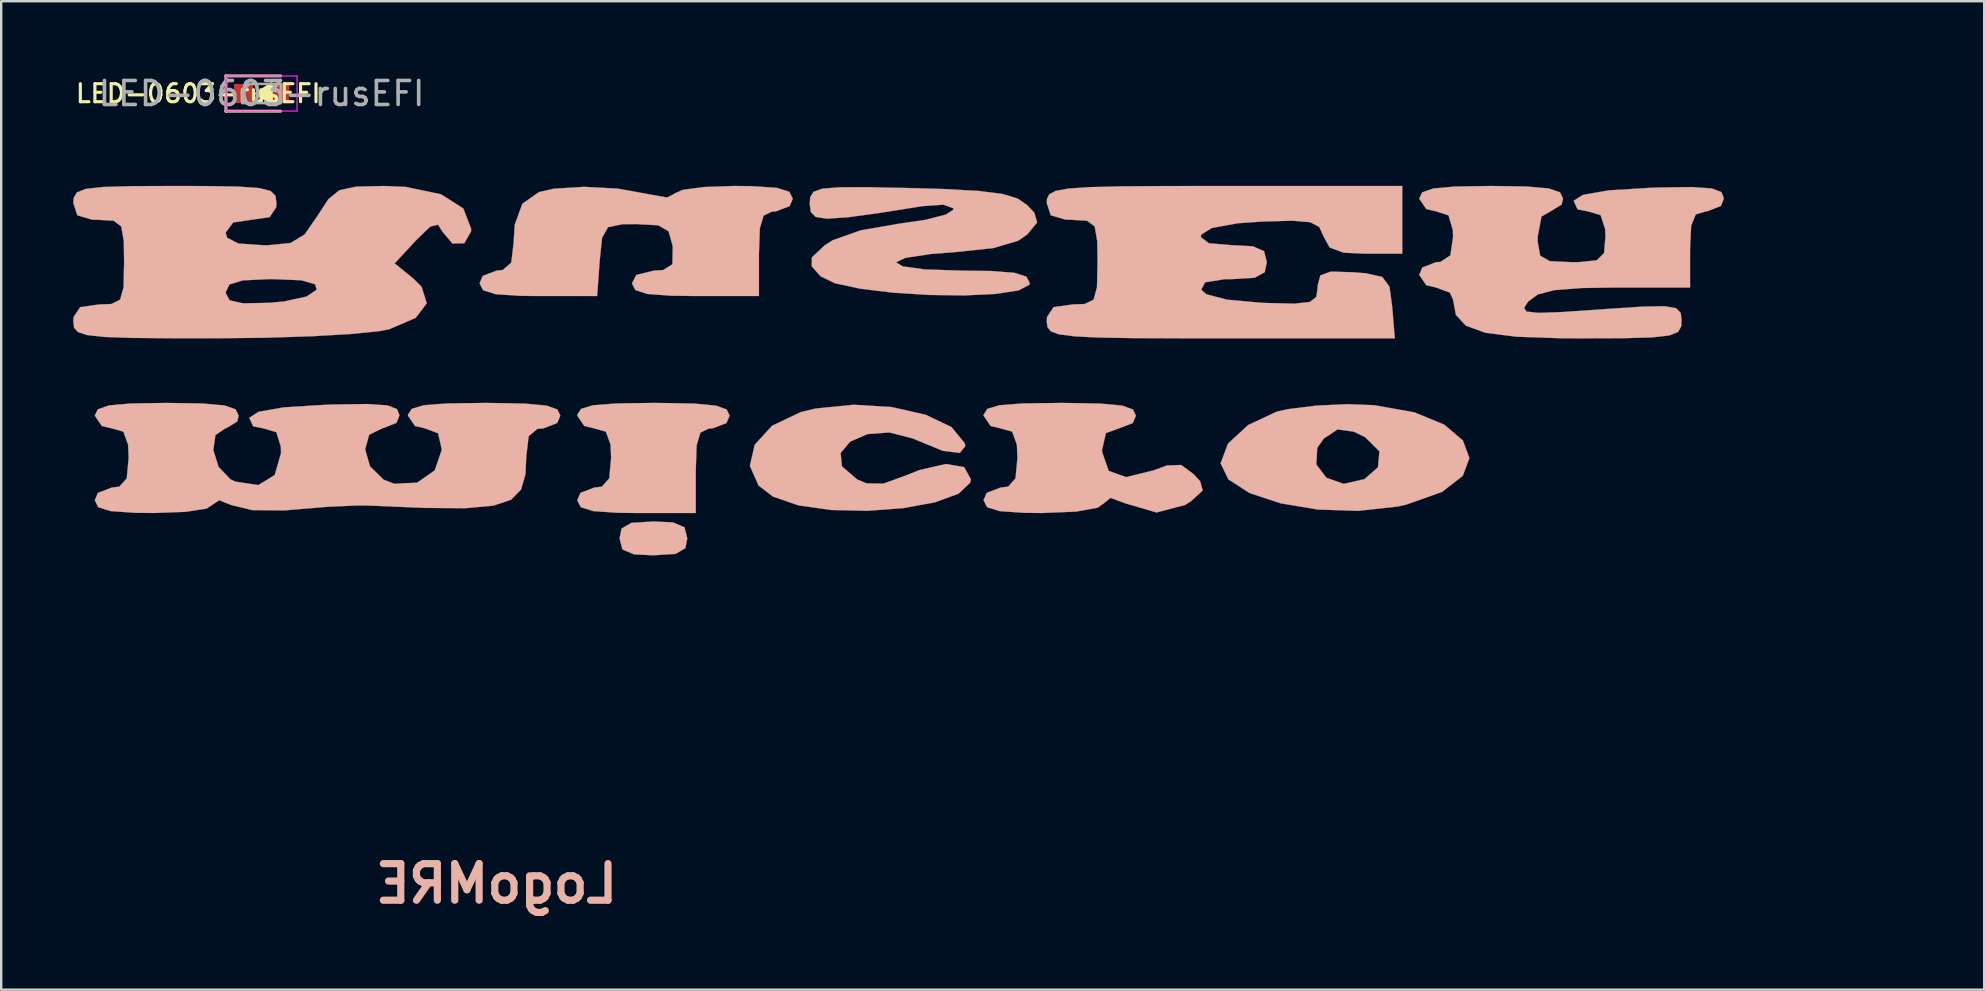
<source format=kicad_pcb>
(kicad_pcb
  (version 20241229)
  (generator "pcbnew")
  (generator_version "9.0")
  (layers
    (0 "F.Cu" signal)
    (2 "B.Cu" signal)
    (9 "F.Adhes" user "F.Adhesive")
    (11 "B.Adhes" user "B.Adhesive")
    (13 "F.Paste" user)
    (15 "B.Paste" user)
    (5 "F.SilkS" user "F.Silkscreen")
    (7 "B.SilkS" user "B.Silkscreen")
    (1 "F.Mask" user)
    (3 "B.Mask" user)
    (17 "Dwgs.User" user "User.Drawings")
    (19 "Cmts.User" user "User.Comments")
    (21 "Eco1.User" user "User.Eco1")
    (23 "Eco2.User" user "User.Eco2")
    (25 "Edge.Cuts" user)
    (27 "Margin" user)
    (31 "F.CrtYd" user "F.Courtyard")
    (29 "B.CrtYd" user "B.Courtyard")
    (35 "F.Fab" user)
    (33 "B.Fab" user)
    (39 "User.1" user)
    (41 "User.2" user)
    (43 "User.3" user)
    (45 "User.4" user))
  (footprint "LED-0603-rusEFI"
    (layer "F.Cu")
    (at 7.851 0.848)
    (property "Reference" "LED-0603-rusEFI" (at -2.642 0 0) (layer "F.SilkS") (effects (font (size 0.75 0.75) (thickness 0.13))))
    (attr smd)
    (fp_line (start -1.485 -0.735) (end -1.485 0.735) (stroke (width 0.12) (type solid)) (layer "F.SilkS"))
    (fp_line (start -1.485 0.735) (end 0.8 0.735) (stroke (width 0.12) (type solid)) (layer "F.SilkS"))
    (fp_line (start -0.2 0) (end 0.4 -0.4) (stroke (width 0.12) (type solid)) (layer "F.SilkS"))
    (fp_line (start -0.2 0) (end 0.4 0.4) (stroke (width 0.12) (type solid)) (layer "F.SilkS"))
    (fp_line (start -0.1 0) (end 0.4 0.3) (stroke (width 0.12) (type solid)) (layer "F.SilkS"))
    (fp_line (start 0 0) (end 0.4 -0.2) (stroke (width 0.12) (type solid)) (layer "F.SilkS"))
    (fp_line (start 0.1 0) (end 0.3 -0.1) (stroke (width 0.12) (type solid)) (layer "F.SilkS"))
    (fp_line (start 0.3 -0.1) (end 0.2 0.1) (stroke (width 0.12) (type solid)) (layer "F.SilkS"))
    (fp_line (start 0.3 0.2) (end 0.1 0) (stroke (width 0.12) (type solid)) (layer "F.SilkS"))
    (fp_line (start 0.4 -0.4) (end 0.4 0.4) (stroke (width 0.12) (type solid)) (layer "F.SilkS"))
    (fp_line (start 0.4 -0.3) (end 0 0) (stroke (width 0.12) (type solid)) (layer "F.SilkS"))
    (fp_line (start 0.4 -0.2) (end 0.3 0.2) (stroke (width 0.12) (type solid)) (layer "F.SilkS"))
    (fp_line (start 0.4 0.3) (end 0.4 -0.3) (stroke (width 0.12) (type solid)) (layer "F.SilkS"))
    (fp_line (start 0.4 0.4) (end -0.1 0) (stroke (width 0.12) (type solid)) (layer "F.SilkS"))
    (fp_line (start 0.8 -0.735) (end -1.485 -0.735) (stroke (width 0.12) (type solid)) (layer "F.SilkS"))
    (fp_line (start -1.48 -0.73) (end 1.48 -0.73) (stroke (width 0.05) (type solid)) (layer "F.CrtYd"))
    (fp_line (start -1.48 0.73) (end -1.48 -0.73) (stroke (width 0.05) (type solid)) (layer "F.CrtYd"))
    (fp_line (start 1.48 -0.73) (end 1.48 0.73) (stroke (width 0.05) (type solid)) (layer "F.CrtYd"))
    (fp_line (start 1.48 0.73) (end -1.48 0.73) (stroke (width 0.05) (type solid)) (layer "F.CrtYd"))
    (fp_line (start -0.8 -0.1) (end -0.8 0.4) (stroke (width 0.1) (type solid)) (layer "F.Fab"))
    (fp_line (start -0.8 0.4) (end 0.8 0.4) (stroke (width 0.1) (type solid)) (layer "F.Fab"))
    (fp_line (start -0.5 -0.4) (end -0.8 -0.1) (stroke (width 0.1) (type solid)) (layer "F.Fab"))
    (fp_line (start 0.8 -0.4) (end -0.5 -0.4) (stroke (width 0.1) (type solid)) (layer "F.Fab"))
    (fp_line (start 0.8 0.4) (end 0.8 -0.4) (stroke (width 0.1) (type solid)) (layer "F.Fab"))
    (fp_text user "${REFERENCE}" (at 0 0 0) (layer "F.Fab") (effects (font (size 1 1) (thickness 0.15))))
    (pad "1" smd rect (at -0.75 0) (size 0.8 0.8) (layers "F.Cu" "F.Mask" "F.Paste"))
    (pad "2" smd rect (at 0.75 0) (size 0.8 0.8) (layers "F.Cu" "F.Mask" "F.Paste")))
  (footprint "LogoMRE"
    (layer "F.Cu")
    (at 76.394 11.274)
    (property "Reference" "LogoMRE" (at -58.75 22.504 0) (layer "B.SilkS") (effects (font (size 1.524 1.524) (thickness 0.3)) (justify mirror)))
    (attr through_hole)
    (fp_poly (pts (xy -51.288 8.76) (xy -50.88 8.521) (xy -50.8 8.114) (xy -50.918 7.652) (xy -51.397 7.448) (xy -52.211 7.408) (xy -53.134 7.468) (xy -53.542 7.707) (xy -53.622 8.114) (xy -53.504 8.575) (xy -53.026 8.779) (xy -52.211 8.819) (xy -51.288 8.76)) (stroke (width 0.01) (type solid)) (fill yes) (layer "B.SilkS"))
    (fp_poly (pts (xy -50.447 5.292) (xy -50.41 4.234) (xy -50.252 3.706) (xy -49.905 3.535) (xy -49.742 3.528) (xy -49.167 3.307) (xy -49.036 2.999) (xy -49.16 2.74) (xy -49.611 2.58) (xy -50.511 2.496) (xy -51.98 2.47) (xy -52.211 2.469) (xy -53.76 2.49) (xy -54.725 2.565) (xy -55.226 2.715) (xy -55.384 2.96) (xy -55.386 2.999) (xy -55.092 3.43) (xy -54.681 3.528) (xy -54.194 3.666) (xy -53.998 4.205) (xy -53.975 4.763) (xy -54.054 5.613) (xy -54.362 5.957) (xy -54.681 5.997) (xy -55.255 6.218) (xy -55.386 6.526) (xy -55.241 6.814) (xy -54.719 6.978) (xy -53.69 7.048) (xy -52.917 7.056) (xy -50.447 7.056) (xy -50.447 5.292)) (stroke (width 0.01) (type solid)) (fill yes) (layer "B.SilkS"))
    (fp_poly (pts (xy -21.194 6.786) (xy -20.846 6.71) (xy -19.347 6.178) (xy -18.48 5.507) (xy -18.204 4.768) (xy -18.476 4.033) (xy -19.256 3.373) (xy -20.501 2.859) (xy -22.171 2.564) (xy -23.283 2.52) (xy -24.589 2.581) (xy -25.765 2.727) (xy -26.232 2.832) (xy -27.427 3.389) (xy -28.266 4.165) (xy -28.575 4.985) (xy -28.551 5.034) (xy -24.584 5.034) (xy -24.546 4.34) (xy -24.271 3.951) (xy -23.698 3.572) (xy -23.027 3.666) (xy -22.555 3.893) (xy -21.955 4.484) (xy -22.015 5.15) (xy -22.578 5.644) (xy -23.445 5.842) (xy -24.165 5.587) (xy -24.584 5.034) (xy -28.551 5.034) (xy -28.248 5.657) (xy -27.366 6.224) (xy -26.073 6.653) (xy -24.517 6.912) (xy -22.842 6.967) (xy -21.194 6.786)) (stroke (width 0.01) (type solid)) (fill yes) (layer "B.SilkS"))
    (fp_poly (pts (xy -41.8 6.853) (xy -40.48 6.611) (xy -39.496 6.252) (xy -39.008 5.791) (xy -38.982 5.648) (xy -39.263 5.143) (xy -40.022 5.014) (xy -41.136 5.269) (xy -41.629 5.469) (xy -42.625 5.831) (xy -43.334 5.82) (xy -43.724 5.655) (xy -44.355 5.11) (xy -44.41 4.558) (xy -44.015 4.083) (xy -43.295 3.769) (xy -42.373 3.699) (xy -41.374 3.957) (xy -41.27 4.006) (xy -40.156 4.464) (xy -39.442 4.553) (xy -39.213 4.266) (xy -39.238 4.145) (xy -39.788 3.476) (xy -40.858 2.964) (xy -42.275 2.642) (xy -43.865 2.544) (xy -45.454 2.702) (xy -46.066 2.849) (xy -47.266 3.419) (xy -47.99 4.212) (xy -48.193 5.09) (xy -47.83 5.912) (xy -47.23 6.372) (xy -46.171 6.738) (xy -44.805 6.931) (xy -43.295 6.964) (xy -41.8 6.853)) (stroke (width 0.01) (type solid)) (fill yes) (layer "B.SilkS"))
    (fp_poly (pts (xy -34.594 6.998) (xy -33.702 6.836) (xy -33.438 6.652) (xy -33.163 6.425) (xy -32.55 6.652) (xy -31.243 7.034) (xy -30.048 6.719) (xy -29.789 6.548) (xy -29.322 6.119) (xy -29.421 5.738) (xy -29.698 5.437) (xy -30.216 5.054) (xy -30.813 5.076) (xy -31.368 5.279) (xy -32.511 5.561) (xy -33.236 5.302) (xy -33.512 4.514) (xy -33.514 4.421) (xy -33.353 3.724) (xy -32.808 3.528) (xy -32.234 3.307) (xy -32.103 2.999) (xy -32.227 2.74) (xy -32.678 2.58) (xy -33.578 2.496) (xy -35.047 2.47) (xy -35.278 2.469) (xy -36.827 2.49) (xy -37.792 2.565) (xy -38.293 2.715) (xy -38.451 2.96) (xy -38.453 2.999) (xy -38.159 3.43) (xy -37.747 3.528) (xy -37.261 3.666) (xy -37.065 4.205) (xy -37.042 4.763) (xy -37.121 5.613) (xy -37.429 5.957) (xy -37.747 5.997) (xy -38.322 6.218) (xy -38.453 6.526) (xy -38.306 6.815) (xy -37.78 6.98) (xy -36.744 7.049) (xy -36.013 7.056) (xy -34.594 6.998)) (stroke (width 0.01) (type solid)) (fill yes) (layer "B.SilkS"))
    (fp_poly (pts (xy -54.449 -3.486) (xy -54.349 -4.425) (xy -54.1 -4.857) (xy -53.5 -4.979) (xy -52.929 -4.985) (xy -52.012 -4.934) (xy -51.581 -4.686) (xy -51.417 -4.104) (xy -51.407 -4.015) (xy -51.421 -3.312) (xy -51.813 -3.065) (xy -52.2 -3.045) (xy -52.927 -2.865) (xy -53.106 -2.516) (xy -52.967 -2.237) (xy -52.466 -2.073) (xy -51.476 -1.999) (xy -50.46 -1.987) (xy -47.814 -1.987) (xy -47.814 -3.751) (xy -47.777 -4.809) (xy -47.619 -5.336) (xy -47.272 -5.507) (xy -47.109 -5.515) (xy -46.534 -5.735) (xy -46.403 -6.044) (xy -46.548 -6.331) (xy -47.07 -6.496) (xy -48.099 -6.565) (xy -48.872 -6.573) (xy -50.09 -6.53) (xy -50.971 -6.417) (xy -51.34 -6.258) (xy -51.342 -6.245) (xy -51.642 -6.093) (xy -52.458 -6.237) (xy -52.486 -6.245) (xy -53.698 -6.463) (xy -55.098 -6.537) (xy -56.362 -6.46) (xy -56.986 -6.316) (xy -57.674 -5.833) (xy -57.992 -4.958) (xy -58.039 -4.192) (xy -58.137 -3.378) (xy -58.496 -3.069) (xy -58.75 -3.045) (xy -59.325 -2.825) (xy -59.456 -2.516) (xy -59.31 -2.227) (xy -58.785 -2.063) (xy -57.751 -1.994) (xy -57.007 -1.987) (xy -54.557 -1.987) (xy -54.449 -3.486)) (stroke (width 0.01) (type solid)) (fill yes) (layer "B.SilkS"))
    (fp_poly (pts (xy -37.955 -2.073) (xy -36.998 -2.22) (xy -36.542 -2.458) (xy -36.525 -2.523) (xy -36.664 -2.792) (xy -37.162 -2.953) (xy -38.143 -3.03) (xy -39.347 -3.045) (xy -40.902 -3.095) (xy -41.825 -3.222) (xy -42.1 -3.394) (xy -41.713 -3.577) (xy -40.649 -3.739) (xy -39.701 -3.811) (xy -38.053 -3.983) (xy -37.007 -4.293) (xy -36.627 -4.556) (xy -36.219 -5.055) (xy -36.336 -5.456) (xy -36.634 -5.775) (xy -37.03 -6.049) (xy -37.658 -6.239) (xy -38.647 -6.366) (xy -40.126 -6.447) (xy -41.473 -6.486) (xy -43.254 -6.522) (xy -44.448 -6.52) (xy -45.172 -6.461) (xy -45.543 -6.328) (xy -45.679 -6.101) (xy -45.697 -5.828) (xy -45.654 -5.489) (xy -45.452 -5.284) (xy -44.981 -5.21) (xy -44.135 -5.265) (xy -42.804 -5.447) (xy -41.023 -5.73) (xy -40.127 -5.793) (xy -39.711 -5.643) (xy -39.7 -5.594) (xy -40.021 -5.382) (xy -40.861 -5.165) (xy -41.988 -4.999) (xy -43.571 -4.725) (xy -44.74 -4.312) (xy -45.075 -4.099) (xy -45.607 -3.6) (xy -45.617 -3.232) (xy -45.252 -2.812) (xy -44.655 -2.522) (xy -43.596 -2.292) (xy -42.236 -2.127) (xy -40.736 -2.032) (xy -39.255 -2.012) (xy -37.955 -2.073)) (stroke (width 0.01) (type solid)) (fill yes) (layer "B.SilkS"))
    (fp_poly (pts (xy -21.423 -1.546) (xy -21.535 -2.379) (xy -21.831 -2.779) (xy -22.52 -2.935) (xy -23.031 -2.977) (xy -23.978 -3.004) (xy -24.415 -2.847) (xy -24.53 -2.428) (xy -24.531 -2.344) (xy -24.585 -1.951) (xy -24.852 -1.74) (xy -25.487 -1.669) (xy -26.646 -1.696) (xy -26.884 -1.706) (xy -28.31 -1.835) (xy -29.168 -2.06) (xy -29.383 -2.251) (xy -29.218 -2.558) (xy -28.425 -2.686) (xy -28.088 -2.692) (xy -27.153 -2.749) (xy -26.735 -2.979) (xy -26.647 -3.398) (xy -26.763 -3.856) (xy -27.233 -4.061) (xy -28.088 -4.104) (xy -29.063 -4.185) (xy -29.397 -4.441) (xy -29.383 -4.544) (xy -28.94 -4.823) (xy -27.872 -5.017) (xy -26.855 -5.09) (xy -25.577 -5.126) (xy -24.834 -5.063) (xy -24.46 -4.863) (xy -24.288 -4.485) (xy -24.285 -4.473) (xy -24.027 -4.007) (xy -23.444 -3.794) (xy -22.549 -3.751) (xy -21.003 -3.751) (xy -21.003 -6.573) (xy -28.411 -6.573) (xy -30.875 -6.57) (xy -32.722 -6.557) (xy -34.04 -6.525) (xy -34.92 -6.465) (xy -35.449 -6.368) (xy -35.716 -6.228) (xy -35.809 -6.034) (xy -35.82 -5.867) (xy -35.653 -5.351) (xy -35.035 -5.169) (xy -34.761 -5.162) (xy -34.135 -5.123) (xy -33.822 -4.886) (xy -33.715 -4.269) (xy -33.703 -3.398) (xy -33.726 -2.354) (xy -33.868 -1.833) (xy -34.239 -1.654) (xy -34.761 -1.634) (xy -35.536 -1.523) (xy -35.809 -1.111) (xy -35.82 -0.929) (xy -35.792 -0.692) (xy -35.651 -0.515) (xy -35.306 -0.389) (xy -34.667 -0.306) (xy -33.646 -0.256) (xy -32.151 -0.232) (xy -30.094 -0.224) (xy -28.566 -0.223) (xy -21.313 -0.223) (xy -21.423 -1.546)) (stroke (width 0.01) (type solid)) (fill yes) (layer "B.SilkS"))
    (fp_poly (pts (xy -11.79 -0.229) (xy -10.598 -0.262) (xy -9.877 -0.342) (xy -9.509 -0.489) (xy -9.377 -0.723) (xy -9.361 -0.95) (xy -9.396 -1.28) (xy -9.587 -1.478) (xy -10.063 -1.561) (xy -10.954 -1.547) (xy -12.39 -1.454) (xy -12.801 -1.424) (xy -14.366 -1.318) (xy -15.337 -1.285) (xy -15.821 -1.338) (xy -15.926 -1.489) (xy -15.761 -1.75) (xy -15.756 -1.756) (xy -15.359 -2.051) (xy -14.669 -2.232) (xy -13.543 -2.32) (xy -12.14 -2.34) (xy -9.009 -2.34) (xy -9.009 -3.927) (xy -8.962 -4.919) (xy -8.771 -5.388) (xy -8.354 -5.514) (xy -8.303 -5.515) (xy -7.723 -5.741) (xy -7.597 -6.058) (xy -7.703 -6.32) (xy -8.105 -6.471) (xy -8.931 -6.528) (xy -10.308 -6.509) (xy -10.656 -6.498) (xy -12.409 -6.39) (xy -13.474 -6.203) (xy -13.86 -5.956) (xy -13.697 -5.599) (xy -13.271 -5.515) (xy -12.737 -5.36) (xy -12.546 -4.771) (xy -12.536 -4.456) (xy -12.592 -3.778) (xy -12.894 -3.476) (xy -13.644 -3.4) (xy -13.947 -3.398) (xy -14.852 -3.44) (xy -15.254 -3.666) (xy -15.356 -4.229) (xy -15.359 -4.456) (xy -15.201 -5.297) (xy -14.829 -5.515) (xy -14.362 -5.797) (xy -14.3 -6.044) (xy -14.428 -6.308) (xy -14.894 -6.47) (xy -15.821 -6.551) (xy -17.299 -6.573) (xy -18.798 -6.55) (xy -19.715 -6.468) (xy -20.174 -6.305) (xy -20.297 -6.044) (xy -20.003 -5.613) (xy -19.592 -5.515) (xy -19.075 -5.348) (xy -18.894 -4.729) (xy -18.886 -4.456) (xy -18.997 -3.682) (xy -19.41 -3.409) (xy -19.592 -3.398) (xy -20.166 -3.177) (xy -20.297 -2.869) (xy -20.003 -2.438) (xy -19.592 -2.34) (xy -19.02 -2.13) (xy -18.886 -1.836) (xy -18.768 -1.2) (xy -18.351 -0.75) (xy -17.542 -0.456) (xy -16.249 -0.291) (xy -14.378 -0.227) (xy -13.569 -0.223) (xy -11.79 -0.229)) (stroke (width 0.01) (type solid)) (fill yes) (layer "B.SilkS"))
    (fp_poly (pts (xy -68.4 -0.248) (xy -66.469 -0.309) (xy -64.84 -0.402) (xy -63.667 -0.518) (xy -63.229 -0.6) (xy -62.119 -1.076) (xy -61.659 -1.682) (xy -61.873 -2.371) (xy -62.226 -2.721) (xy -62.998 -3.346) (xy -62.115 -4.299) (xy -61.514 -4.882) (xy -61.188 -4.961) (xy -61.012 -4.678) (xy -60.588 -4.177) (xy -60.094 -4.185) (xy -59.814 -4.676) (xy -59.809 -4.789) (xy -60.133 -5.634) (xy -61.064 -6.227) (xy -62.539 -6.535) (xy -63.427 -6.573) (xy -64.598 -6.546) (xy -65.298 -6.397) (xy -65.76 -6.022) (xy -66.205 -5.338) (xy -66.748 -4.554) (xy -67.335 -4.197) (xy -68.269 -4.105) (xy -68.486 -4.104) (xy -69.52 -4.176) (xy -69.983 -4.421) (xy -70.039 -4.633) (xy -69.724 -5.053) (xy -68.981 -5.162) (xy -68.206 -5.273) (xy -67.933 -5.685) (xy -67.922 -5.867) (xy -67.964 -6.165) (xy -68.167 -6.365) (xy -68.647 -6.486) (xy -69.522 -6.548) (xy -70.909 -6.57) (xy -72.156 -6.573) (xy -73.943 -6.566) (xy -75.141 -6.532) (xy -75.868 -6.452) (xy -76.24 -6.306) (xy -76.374 -6.075) (xy -76.389 -5.867) (xy -76.223 -5.351) (xy -75.604 -5.169) (xy -75.331 -5.162) (xy -74.704 -5.123) (xy -74.392 -4.886) (xy -74.284 -4.269) (xy -74.272 -3.398) (xy -74.296 -2.354) (xy -74.353 -2.145) (xy -70.039 -2.145) (xy -69.883 -2.47) (xy -69.32 -2.639) (xy -68.209 -2.692) (xy -68.069 -2.692) (xy -66.881 -2.642) (xy -66.311 -2.476) (xy -66.245 -2.251) (xy -66.668 -1.966) (xy -67.606 -1.76) (xy -68.215 -1.704) (xy -69.318 -1.682) (xy -69.875 -1.807) (xy -70.039 -2.115) (xy -70.039 -2.145) (xy -74.353 -2.145) (xy -74.438 -1.833) (xy -74.808 -1.654) (xy -75.331 -1.634) (xy -76.105 -1.523) (xy -76.378 -1.111) (xy -76.389 -0.929) (xy -76.357 -0.67) (xy -76.196 -0.484) (xy -75.806 -0.358) (xy -75.087 -0.281) (xy -73.941 -0.241) (xy -72.268 -0.227) (xy -70.48 -0.225) (xy -68.4 -0.248)) (stroke (width 0.01) (type solid)) (fill yes) (layer "B.SilkS"))
    (fp_poly (pts (xy -71.704 7.007) (xy -70.838 6.873) (xy -70.556 6.69) (xy -70.309 6.523) (xy -69.816 6.721) (xy -68.938 6.935) (xy -67.604 6.949) (xy -67.082 6.906) (xy -65.757 6.795) (xy -64.549 6.742) (xy -64.029 6.747) (xy -61.737 6.844) (xy -60.054 6.856) (xy -58.888 6.752) (xy -58.144 6.503) (xy -57.728 6.079) (xy -57.547 5.451) (xy -57.508 4.674) (xy -57.411 3.86) (xy -57.052 3.551) (xy -56.797 3.528) (xy -56.223 3.307) (xy -56.092 2.999) (xy -56.215 2.74) (xy -56.667 2.58) (xy -57.567 2.496) (xy -59.036 2.47) (xy -59.267 2.469) (xy -60.816 2.49) (xy -61.78 2.565) (xy -62.282 2.715) (xy -62.44 2.96) (xy -62.442 2.999) (xy -62.148 3.43) (xy -61.736 3.528) (xy -61.185 3.732) (xy -61.031 4.417) (xy -61.326 5.28) (xy -62.06 5.792) (xy -63.009 5.837) (xy -63.455 5.668) (xy -64.023 5.111) (xy -64.226 4.405) (xy -64.059 3.795) (xy -63.517 3.528) (xy -63.5 3.528) (xy -62.92 3.301) (xy -62.794 2.985) (xy -62.9 2.722) (xy -63.302 2.571) (xy -64.128 2.514) (xy -65.506 2.533) (xy -65.853 2.544) (xy -67.606 2.652) (xy -68.671 2.839) (xy -69.057 3.087) (xy -68.894 3.443) (xy -68.468 3.528) (xy -67.929 3.687) (xy -67.741 4.287) (xy -67.733 4.562) (xy -67.994 5.473) (xy -68.679 5.893) (xy -69.642 5.746) (xy -69.837 5.652) (xy -70.335 5.135) (xy -70.553 4.435) (xy -70.467 3.812) (xy -70.053 3.528) (xy -70.026 3.528) (xy -69.559 3.245) (xy -69.497 2.999) (xy -69.625 2.734) (xy -70.091 2.572) (xy -71.018 2.491) (xy -72.496 2.469) (xy -73.995 2.492) (xy -74.913 2.574) (xy -75.371 2.738) (xy -75.494 2.999) (xy -75.2 3.43) (xy -74.789 3.528) (xy -74.303 3.666) (xy -74.106 4.205) (xy -74.083 4.763) (xy -74.162 5.613) (xy -74.47 5.957) (xy -74.789 5.997) (xy -75.363 6.218) (xy -75.494 6.526) (xy -75.349 6.814) (xy -74.827 6.978) (xy -73.798 7.048) (xy -73.025 7.056) (xy -71.704 7.007)) (stroke (width 0.01) (type solid)) (fill yes) (layer "B.SilkS")))
  (gr_rect
    (start -3 -3)
    (end 79.644 38.197)
    (stroke (width 0.1) (type default))
    (fill no)
    (layer "Edge.Cuts")))
</source>
